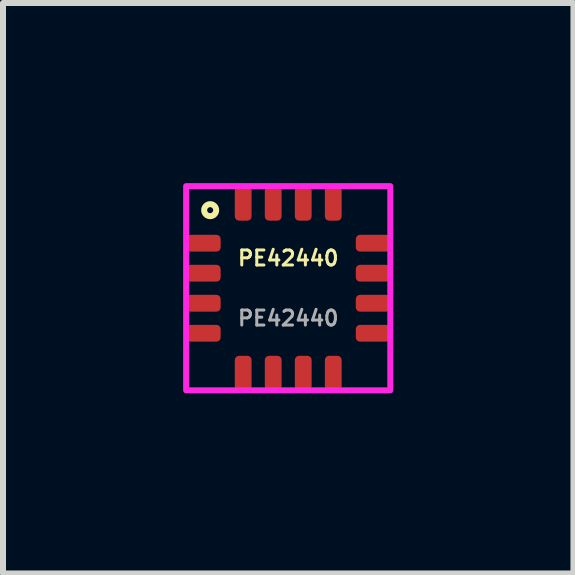
<source format=kicad_pcb>
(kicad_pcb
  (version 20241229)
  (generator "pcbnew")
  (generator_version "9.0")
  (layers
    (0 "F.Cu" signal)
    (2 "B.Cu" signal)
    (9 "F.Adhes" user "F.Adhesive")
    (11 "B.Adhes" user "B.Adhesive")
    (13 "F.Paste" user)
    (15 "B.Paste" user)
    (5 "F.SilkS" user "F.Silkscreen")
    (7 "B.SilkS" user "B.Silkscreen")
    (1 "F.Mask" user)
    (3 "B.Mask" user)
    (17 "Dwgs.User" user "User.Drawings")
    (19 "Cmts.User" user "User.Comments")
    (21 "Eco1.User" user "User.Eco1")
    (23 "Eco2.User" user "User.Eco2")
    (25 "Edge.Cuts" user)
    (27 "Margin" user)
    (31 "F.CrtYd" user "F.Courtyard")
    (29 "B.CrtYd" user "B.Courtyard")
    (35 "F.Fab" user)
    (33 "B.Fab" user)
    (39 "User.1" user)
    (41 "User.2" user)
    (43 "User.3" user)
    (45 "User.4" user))
  (footprint "PE42440"
    (layer "F.Cu")
    (at 1.75 1.75)
    (property "Reference" "PE42440" (at 0 -0.5 0) (unlocked yes) (layer "F.SilkS") (effects (font (size 0.25 0.25) (thickness 0.05) (bold yes))))
    (attr smd)
    (fp_circle (center -1.3 -1.3) (end -1.2 -1.3) (stroke (width 0.1) (type default)) (fill no) (layer "F.SilkS"))
    (fp_rect (start -1.7 -1.7) (end 1.7 1.7) (stroke (width 0.1) (type default)) (fill no) (layer "F.CrtYd"))
    (fp_text user "${REFERENCE}" (at 0 0.5 0) (unlocked yes) (layer "F.Fab") (effects (font (size 0.25 0.25) (thickness 0.05) (bold yes))))
    (pad "1" smd roundrect (at -1.413 -0.75 90) (size 0.28 0.575) (layers "F.Cu" "F.Mask" "F.Paste") (roundrect_rratio 0.25))
    (pad "2" smd roundrect (at -1.413 -0.25 90) (size 0.28 0.575) (layers "F.Cu" "F.Mask" "F.Paste") (roundrect_rratio 0.25))
    (pad "3" smd roundrect (at -1.413 0.25 90) (size 0.28 0.575) (layers "F.Cu" "F.Mask" "F.Paste") (roundrect_rratio 0.25))
    (pad "4" smd roundrect (at -1.413 0.75 90) (size 0.28 0.575) (layers "F.Cu" "F.Mask" "F.Paste") (roundrect_rratio 0.25))
    (pad "5" smd roundrect (at -0.75 1.413 180) (size 0.28 0.575) (layers "F.Cu" "F.Mask" "F.Paste") (roundrect_rratio 0.25))
    (pad "6" smd roundrect (at -0.25 1.413 180) (size 0.28 0.575) (layers "F.Cu" "F.Mask" "F.Paste") (roundrect_rratio 0.25))
    (pad "7" smd roundrect (at 0.25 1.413 180) (size 0.28 0.575) (layers "F.Cu" "F.Mask" "F.Paste") (roundrect_rratio 0.25))
    (pad "8" smd roundrect (at 0.75 1.413 180) (size 0.28 0.575) (layers "F.Cu" "F.Mask" "F.Paste") (roundrect_rratio 0.25))
    (pad "9" smd roundrect (at 1.413 0.75 90) (size 0.28 0.575) (layers "F.Cu" "F.Mask" "F.Paste") (roundrect_rratio 0.25))
    (pad "10" smd roundrect (at 1.413 0.25 90) (size 0.28 0.575) (layers "F.Cu" "F.Mask" "F.Paste") (roundrect_rratio 0.25))
    (pad "11" smd roundrect (at 1.413 -0.25 90) (size 0.28 0.575) (layers "F.Cu" "F.Mask" "F.Paste") (roundrect_rratio 0.25))
    (pad "12" smd roundrect (at 1.413 -0.75 90) (size 0.28 0.575) (layers "F.Cu" "F.Mask" "F.Paste") (roundrect_rratio 0.25))
    (pad "13" smd roundrect (at 0.75 -1.413 180) (size 0.28 0.575) (layers "F.Cu" "F.Mask" "F.Paste") (roundrect_rratio 0.25))
    (pad "14" smd roundrect (at 0.25 -1.413 180) (size 0.28 0.575) (layers "F.Cu" "F.Mask" "F.Paste") (roundrect_rratio 0.25))
    (pad "15" smd roundrect (at -0.25 -1.413 180) (size 0.28 0.575) (layers "F.Cu" "F.Mask" "F.Paste") (roundrect_rratio 0.25))
    (pad "16" smd roundrect (at -0.75 -1.413 180) (size 0.28 0.575) (layers "F.Cu" "F.Mask" "F.Paste") (roundrect_rratio 0.25)))
  (gr_rect
    (start -3 -3)
    (end 6.5 6.5)
    (stroke (width 0.1) (type default))
    (fill no)
    (layer "Edge.Cuts")))
</source>
